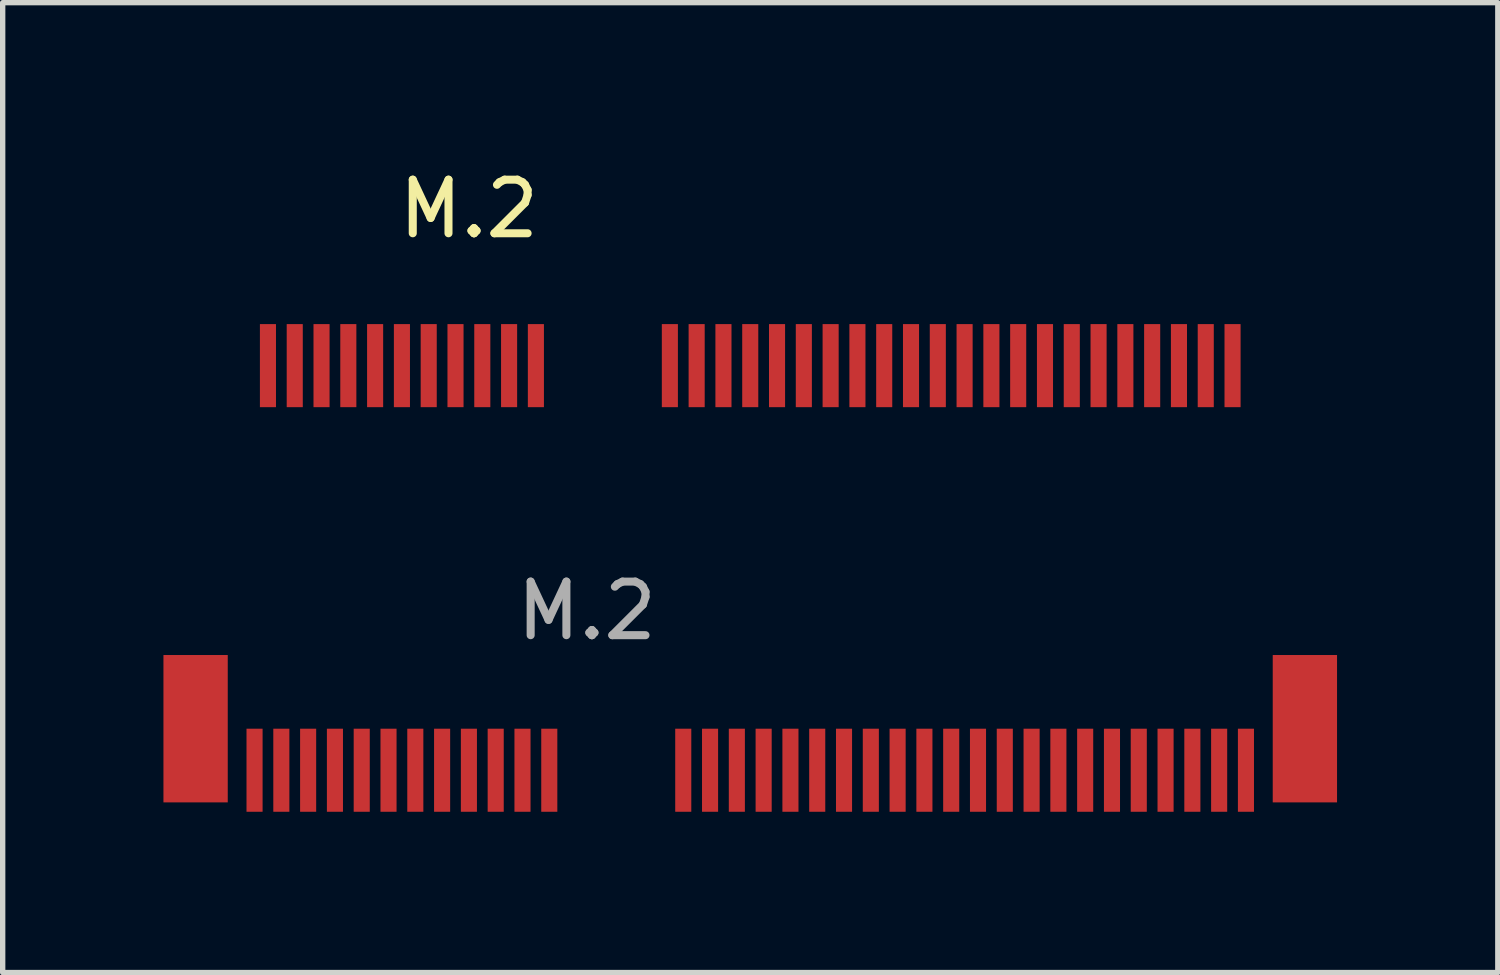
<source format=kicad_pcb>
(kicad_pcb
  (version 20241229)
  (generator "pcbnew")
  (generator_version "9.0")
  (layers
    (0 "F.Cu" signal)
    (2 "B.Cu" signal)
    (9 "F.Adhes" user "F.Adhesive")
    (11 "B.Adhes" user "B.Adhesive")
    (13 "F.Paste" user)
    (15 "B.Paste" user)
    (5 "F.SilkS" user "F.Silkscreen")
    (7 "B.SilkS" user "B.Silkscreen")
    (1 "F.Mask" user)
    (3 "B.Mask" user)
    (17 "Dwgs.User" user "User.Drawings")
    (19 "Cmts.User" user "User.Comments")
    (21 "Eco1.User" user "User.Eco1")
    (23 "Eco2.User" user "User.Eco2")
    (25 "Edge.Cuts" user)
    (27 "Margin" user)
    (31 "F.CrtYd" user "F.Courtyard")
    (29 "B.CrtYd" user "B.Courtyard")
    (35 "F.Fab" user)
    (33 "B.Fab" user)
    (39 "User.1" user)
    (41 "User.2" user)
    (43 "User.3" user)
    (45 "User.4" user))
  (footprint "M.2"
    (layer "F.Cu")
    (at 10.95 6.048)
    (property "Reference" "M.2" (at -5.25 -5.2 0) (unlocked yes) (layer "F.SilkS") (effects (font (size 1 1) (thickness 0.15))))
    (attr smd)
    (fp_text user "${REFERENCE}" (at -3.05 2.3 0) (unlocked yes) (layer "F.Fab") (effects (font (size 1 1) (thickness 0.15))))
    (pad "1" smd rect (at -9.25 5.275) (size 0.3 1.55) (layers "F.Cu" "F.Mask" "F.Paste"))
    (pad "2" smd rect (at -9 -2.275) (size 0.3 1.55) (layers "F.Cu" "F.Mask" "F.Paste"))
    (pad "3" smd rect (at -8.75 5.275) (size 0.3 1.55) (layers "F.Cu" "F.Mask" "F.Paste"))
    (pad "4" smd rect (at -8.5 -2.275) (size 0.3 1.55) (layers "F.Cu" "F.Mask" "F.Paste"))
    (pad "5" smd rect (at -8.25 5.275) (size 0.3 1.55) (layers "F.Cu" "F.Mask" "F.Paste"))
    (pad "6" smd rect (at -8 -2.275) (size 0.3 1.55) (layers "F.Cu" "F.Mask" "F.Paste"))
    (pad "7" smd rect (at -7.75 5.275) (size 0.3 1.55) (layers "F.Cu" "F.Mask" "F.Paste"))
    (pad "8" smd rect (at -7.5 -2.275) (size 0.3 1.55) (layers "F.Cu" "F.Mask" "F.Paste"))
    (pad "9" smd rect (at -7.25 5.275) (size 0.3 1.55) (layers "F.Cu" "F.Mask" "F.Paste"))
    (pad "10" smd rect (at -7 -2.275) (size 0.3 1.55) (layers "F.Cu" "F.Mask" "F.Paste"))
    (pad "11" smd rect (at -6.75 5.275) (size 0.3 1.55) (layers "F.Cu" "F.Mask" "F.Paste"))
    (pad "12" smd rect (at -6.5 -2.275) (size 0.3 1.55) (layers "F.Cu" "F.Mask" "F.Paste"))
    (pad "13" smd rect (at -6.25 5.275) (size 0.3 1.55) (layers "F.Cu" "F.Mask" "F.Paste"))
    (pad "14" smd rect (at -6 -2.275) (size 0.3 1.55) (layers "F.Cu" "F.Mask" "F.Paste"))
    (pad "15" smd rect (at -5.75 5.275) (size 0.3 1.55) (layers "F.Cu" "F.Mask" "F.Paste"))
    (pad "16" smd rect (at -5.5 -2.275) (size 0.3 1.55) (layers "F.Cu" "F.Mask" "F.Paste"))
    (pad "17" smd rect (at -5.25 5.275) (size 0.3 1.55) (layers "F.Cu" "F.Mask" "F.Paste"))
    (pad "18" smd rect (at -5 -2.275) (size 0.3 1.55) (layers "F.Cu" "F.Mask" "F.Paste"))
    (pad "19" smd rect (at -4.75 5.275) (size 0.3 1.55) (layers "F.Cu" "F.Mask" "F.Paste"))
    (pad "20" smd rect (at -4.5 -2.275) (size 0.3 1.55) (layers "F.Cu" "F.Mask" "F.Paste"))
    (pad "21" smd rect (at -4.25 5.275) (size 0.3 1.55) (layers "F.Cu" "F.Mask" "F.Paste"))
    (pad "22" smd rect (at -4 -2.275) (size 0.3 1.55) (layers "F.Cu" "F.Mask" "F.Paste"))
    (pad "23" smd rect (at -3.75 5.275) (size 0.3 1.55) (layers "F.Cu" "F.Mask" "F.Paste"))
    (pad "24" smd rect (at -10.35 4.5) (size 1.2 2.75) (layers "F.Cu" "F.Mask" "F.Paste"))
    (pad "24" smd rect (at 10.35 4.5) (size 1.2 2.75) (layers "F.Cu" "F.Mask" "F.Paste"))
    (pad "32" smd rect (at -1.5 -2.275) (size 0.3 1.55) (layers "F.Cu" "F.Mask" "F.Paste"))
    (pad "33" smd rect (at -1.25 5.275) (size 0.3 1.55) (layers "F.Cu" "F.Mask" "F.Paste"))
    (pad "34" smd rect (at -1 -2.275) (size 0.3 1.55) (layers "F.Cu" "F.Mask" "F.Paste"))
    (pad "35" smd rect (at -0.75 5.275) (size 0.3 1.55) (layers "F.Cu" "F.Mask" "F.Paste"))
    (pad "36" smd rect (at -0.5 -2.275) (size 0.3 1.55) (layers "F.Cu" "F.Mask" "F.Paste"))
    (pad "37" smd rect (at -0.25 5.275) (size 0.3 1.55) (layers "F.Cu" "F.Mask" "F.Paste"))
    (pad "38" smd rect (at 0 -2.275) (size 0.3 1.55) (layers "F.Cu" "F.Mask" "F.Paste"))
    (pad "39" smd rect (at 0.25 5.275) (size 0.3 1.55) (layers "F.Cu" "F.Mask" "F.Paste"))
    (pad "40" smd rect (at 0.5 -2.275) (size 0.3 1.55) (layers "F.Cu" "F.Mask" "F.Paste"))
    (pad "41" smd rect (at 0.75 5.275) (size 0.3 1.55) (layers "F.Cu" "F.Mask" "F.Paste"))
    (pad "42" smd rect (at 1 -2.275) (size 0.3 1.55) (layers "F.Cu" "F.Mask" "F.Paste"))
    (pad "43" smd rect (at 1.25 5.275) (size 0.3 1.55) (layers "F.Cu" "F.Mask" "F.Paste"))
    (pad "44" smd rect (at 1.5 -2.275) (size 0.3 1.55) (layers "F.Cu" "F.Mask" "F.Paste"))
    (pad "45" smd rect (at 1.75 5.275) (size 0.3 1.55) (layers "F.Cu" "F.Mask" "F.Paste"))
    (pad "46" smd rect (at 2 -2.275) (size 0.3 1.55) (layers "F.Cu" "F.Mask" "F.Paste"))
    (pad "47" smd rect (at 2.25 5.275) (size 0.3 1.55) (layers "F.Cu" "F.Mask" "F.Paste"))
    (pad "48" smd rect (at 2.5 -2.275) (size 0.3 1.55) (layers "F.Cu" "F.Mask" "F.Paste"))
    (pad "49" smd rect (at 2.75 5.275) (size 0.3 1.55) (layers "F.Cu" "F.Mask" "F.Paste"))
    (pad "50" smd rect (at 3 -2.275) (size 0.3 1.55) (layers "F.Cu" "F.Mask" "F.Paste"))
    (pad "51" smd rect (at 3.25 5.275) (size 0.3 1.55) (layers "F.Cu" "F.Mask" "F.Paste"))
    (pad "52" smd rect (at 3.5 -2.275) (size 0.3 1.55) (layers "F.Cu" "F.Mask" "F.Paste"))
    (pad "53" smd rect (at 3.75 5.275) (size 0.3 1.55) (layers "F.Cu" "F.Mask" "F.Paste"))
    (pad "54" smd rect (at 4 -2.275) (size 0.3 1.55) (layers "F.Cu" "F.Mask" "F.Paste"))
    (pad "55" smd rect (at 4.25 5.275) (size 0.3 1.55) (layers "F.Cu" "F.Mask" "F.Paste"))
    (pad "56" smd rect (at 4.5 -2.275) (size 0.3 1.55) (layers "F.Cu" "F.Mask" "F.Paste"))
    (pad "57" smd rect (at 4.75 5.275) (size 0.3 1.55) (layers "F.Cu" "F.Mask" "F.Paste"))
    (pad "58" smd rect (at 5 -2.275) (size 0.3 1.55) (layers "F.Cu" "F.Mask" "F.Paste"))
    (pad "59" smd rect (at 5.25 5.275) (size 0.3 1.55) (layers "F.Cu" "F.Mask" "F.Paste"))
    (pad "60" smd rect (at 5.5 -2.275) (size 0.3 1.55) (layers "F.Cu" "F.Mask" "F.Paste"))
    (pad "61" smd rect (at 5.75 5.275) (size 0.3 1.55) (layers "F.Cu" "F.Mask" "F.Paste"))
    (pad "62" smd rect (at 6 -2.275) (size 0.3 1.55) (layers "F.Cu" "F.Mask" "F.Paste"))
    (pad "63" smd rect (at 6.25 5.275) (size 0.3 1.55) (layers "F.Cu" "F.Mask" "F.Paste"))
    (pad "64" smd rect (at 6.5 -2.275) (size 0.3 1.55) (layers "F.Cu" "F.Mask" "F.Paste"))
    (pad "65" smd rect (at 6.75 5.275) (size 0.3 1.55) (layers "F.Cu" "F.Mask" "F.Paste"))
    (pad "66" smd rect (at 7 -2.275) (size 0.3 1.55) (layers "F.Cu" "F.Mask" "F.Paste"))
    (pad "67" smd rect (at 7.25 5.275) (size 0.3 1.55) (layers "F.Cu" "F.Mask" "F.Paste"))
    (pad "68" smd rect (at 7.5 -2.275) (size 0.3 1.55) (layers "F.Cu" "F.Mask" "F.Paste"))
    (pad "69" smd rect (at 7.75 5.275) (size 0.3 1.55) (layers "F.Cu" "F.Mask" "F.Paste"))
    (pad "70" smd rect (at 8 -2.275) (size 0.3 1.55) (layers "F.Cu" "F.Mask" "F.Paste"))
    (pad "71" smd rect (at 8.25 5.275) (size 0.3 1.55) (layers "F.Cu" "F.Mask" "F.Paste"))
    (pad "72" smd rect (at 8.5 -2.275) (size 0.3 1.55) (layers "F.Cu" "F.Mask" "F.Paste"))
    (pad "73" smd rect (at 8.75 5.275) (size 0.3 1.55) (layers "F.Cu" "F.Mask" "F.Paste"))
    (pad "74" smd rect (at 9 -2.275) (size 0.3 1.55) (layers "F.Cu" "F.Mask" "F.Paste"))
    (pad "75" smd rect (at 9.25 5.275) (size 0.3 1.55) (layers "F.Cu" "F.Mask" "F.Paste")))
  (gr_rect
    (start -3 -3)
    (end 24.9 15.098)
    (stroke (width 0.1) (type default))
    (fill no)
    (layer "Edge.Cuts")))
</source>
